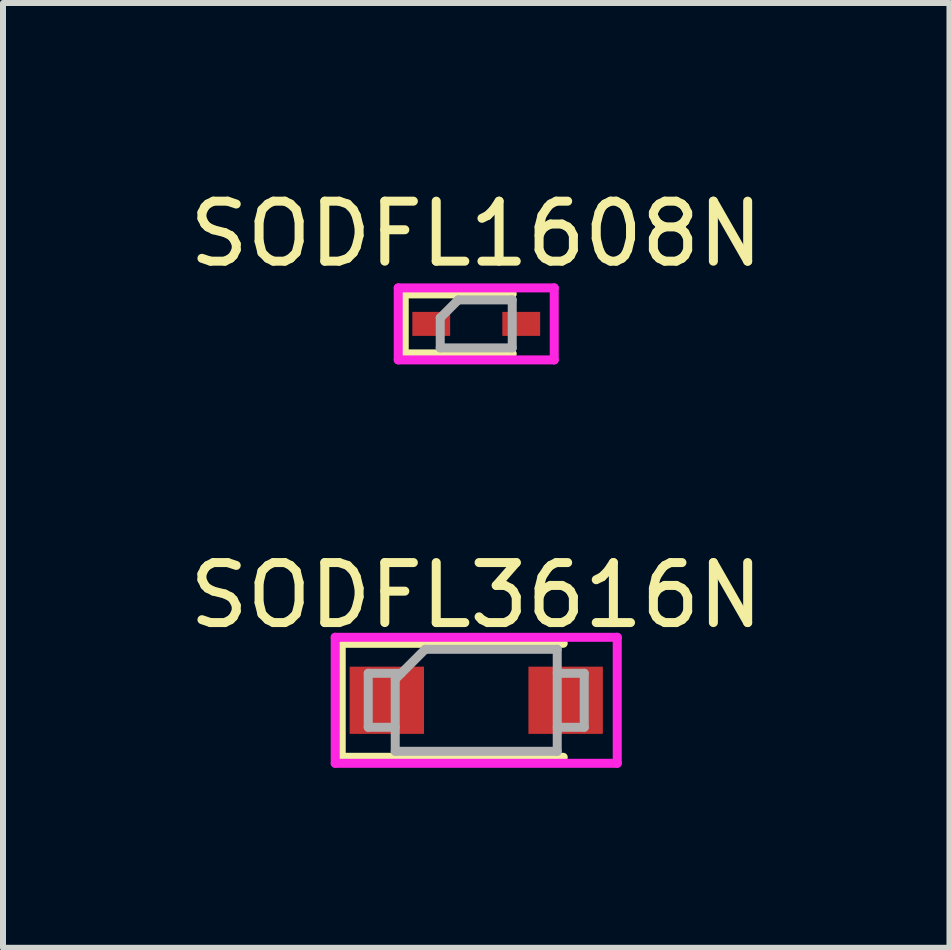
<source format=kicad_pcb>
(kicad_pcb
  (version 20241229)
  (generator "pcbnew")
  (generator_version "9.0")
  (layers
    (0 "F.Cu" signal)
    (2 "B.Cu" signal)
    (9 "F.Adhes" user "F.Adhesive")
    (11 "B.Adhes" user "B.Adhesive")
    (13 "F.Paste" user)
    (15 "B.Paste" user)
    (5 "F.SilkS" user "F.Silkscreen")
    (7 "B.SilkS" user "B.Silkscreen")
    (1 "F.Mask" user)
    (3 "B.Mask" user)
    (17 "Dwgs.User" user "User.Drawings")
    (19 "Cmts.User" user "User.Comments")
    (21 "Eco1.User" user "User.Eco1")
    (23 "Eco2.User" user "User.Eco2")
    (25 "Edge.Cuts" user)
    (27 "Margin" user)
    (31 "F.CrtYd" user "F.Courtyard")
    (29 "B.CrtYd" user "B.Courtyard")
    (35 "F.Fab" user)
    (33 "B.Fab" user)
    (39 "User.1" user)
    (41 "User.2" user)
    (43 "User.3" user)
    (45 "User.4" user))
  (footprint "SODFL3616N"
    (layer "F.Cu")
    (at 4.887 8.621)
    (property "Reference" "SODFL3616N" (at 0 -1.75 0) (layer "F.SilkS") (effects (font (size 1 1) (thickness 0.15))))
    (attr through_hole)
    (fp_line (start -2.25 -0.95) (end -2.25 0.95) (stroke (width 0.15) (type solid)) (layer "F.SilkS"))
    (fp_line (start -2.25 0.95) (end 1.45 0.95) (stroke (width 0.15) (type solid)) (layer "F.SilkS"))
    (fp_line (start 1.45 -0.95) (end -2.25 -0.95) (stroke (width 0.15) (type solid)) (layer "F.SilkS"))
    (fp_line (start -2.35 -1.05) (end 2.35 -1.05) (stroke (width 0.15) (type solid)) (layer "F.CrtYd"))
    (fp_line (start -2.35 1.05) (end -2.35 -1.05) (stroke (width 0.15) (type solid)) (layer "F.CrtYd"))
    (fp_line (start 2.35 -1.05) (end 2.35 1.05) (stroke (width 0.15) (type solid)) (layer "F.CrtYd"))
    (fp_line (start 2.35 1.05) (end -2.35 1.05) (stroke (width 0.15) (type solid)) (layer "F.CrtYd"))
    (fp_line (start -1.8 -0.45) (end -1.25 -0.45) (stroke (width 0.15) (type solid)) (layer "F.Fab"))
    (fp_line (start -1.8 0.45) (end -1.8 -0.45) (stroke (width 0.15) (type solid)) (layer "F.Fab"))
    (fp_line (start -1.35 -0.35) (end -0.85 -0.85) (stroke (width 0.15) (type solid)) (layer "F.Fab"))
    (fp_line (start -1.35 0.45) (end -1.8 0.45) (stroke (width 0.15) (type solid)) (layer "F.Fab"))
    (fp_line (start -1.35 0.85) (end -1.35 -0.35) (stroke (width 0.15) (type solid)) (layer "F.Fab"))
    (fp_line (start -0.85 -0.85) (end 1.35 -0.85) (stroke (width 0.15) (type solid)) (layer "F.Fab"))
    (fp_line (start 1.35 -0.85) (end 1.35 0.85) (stroke (width 0.15) (type solid)) (layer "F.Fab"))
    (fp_line (start 1.35 -0.45) (end 1.8 -0.45) (stroke (width 0.15) (type solid)) (layer "F.Fab"))
    (fp_line (start 1.35 0.85) (end -1.35 0.85) (stroke (width 0.15) (type solid)) (layer "F.Fab"))
    (fp_line (start 1.8 -0.45) (end 1.8 0.45) (stroke (width 0.15) (type solid)) (layer "F.Fab"))
    (fp_line (start 1.8 0.45) (end 1.35 0.45) (stroke (width 0.15) (type solid)) (layer "F.Fab"))
    (pad "A" smd rect (at 1.49 0) (size 1.24 1.12) (layers "F.Cu" "F.Mask" "F.Paste"))
    (pad "C" smd rect (at -1.49 0) (size 1.24 1.12) (layers "F.Cu" "F.Mask" "F.Paste")))
  (footprint "SODFL1608N"
    (layer "F.Cu")
    (at 4.887 2.348)
    (property "Reference" "SODFL1608N" (at 0 -1.5 0) (layer "F.SilkS") (effects (font (size 1 1) (thickness 0.15))))
    (attr through_hole)
    (fp_line (start -1.2 -0.5) (end -1.2 0.5) (stroke (width 0.15) (type solid)) (layer "F.SilkS"))
    (fp_line (start -1.2 0.5) (end 0.6 0.5) (stroke (width 0.15) (type solid)) (layer "F.SilkS"))
    (fp_line (start 0.6 -0.5) (end -1.2 -0.5) (stroke (width 0.15) (type solid)) (layer "F.SilkS"))
    (fp_line (start -1.3 -0.6) (end 1.3 -0.6) (stroke (width 0.15) (type solid)) (layer "F.CrtYd"))
    (fp_line (start -1.3 0.6) (end -1.3 -0.6) (stroke (width 0.15) (type solid)) (layer "F.CrtYd"))
    (fp_line (start 1.3 -0.6) (end 1.3 0.6) (stroke (width 0.15) (type solid)) (layer "F.CrtYd"))
    (fp_line (start 1.3 0.6) (end -1.3 0.6) (stroke (width 0.15) (type solid)) (layer "F.CrtYd"))
    (fp_line (start -0.6 -0.1) (end -0.3 -0.4) (stroke (width 0.15) (type solid)) (layer "F.Fab"))
    (fp_line (start -0.6 0.4) (end -0.6 -0.1) (stroke (width 0.15) (type solid)) (layer "F.Fab"))
    (fp_line (start -0.3 -0.4) (end 0.6 -0.4) (stroke (width 0.15) (type solid)) (layer "F.Fab"))
    (fp_line (start 0.6 -0.4) (end 0.6 0.4) (stroke (width 0.15) (type solid)) (layer "F.Fab"))
    (fp_line (start 0.6 0.4) (end -0.6 0.4) (stroke (width 0.15) (type solid)) (layer "F.Fab"))
    (pad "A" smd rect (at 0.75 0) (size 0.63 0.4) (layers "F.Cu" "F.Mask" "F.Paste"))
    (pad "C" smd rect (at -0.75 0) (size 0.63 0.4) (layers "F.Cu" "F.Mask" "F.Paste")))
  (gr_rect
    (start -3 -3)
    (end 12.774 12.746)
    (stroke (width 0.1) (type default))
    (fill no)
    (layer "Edge.Cuts")))
</source>
